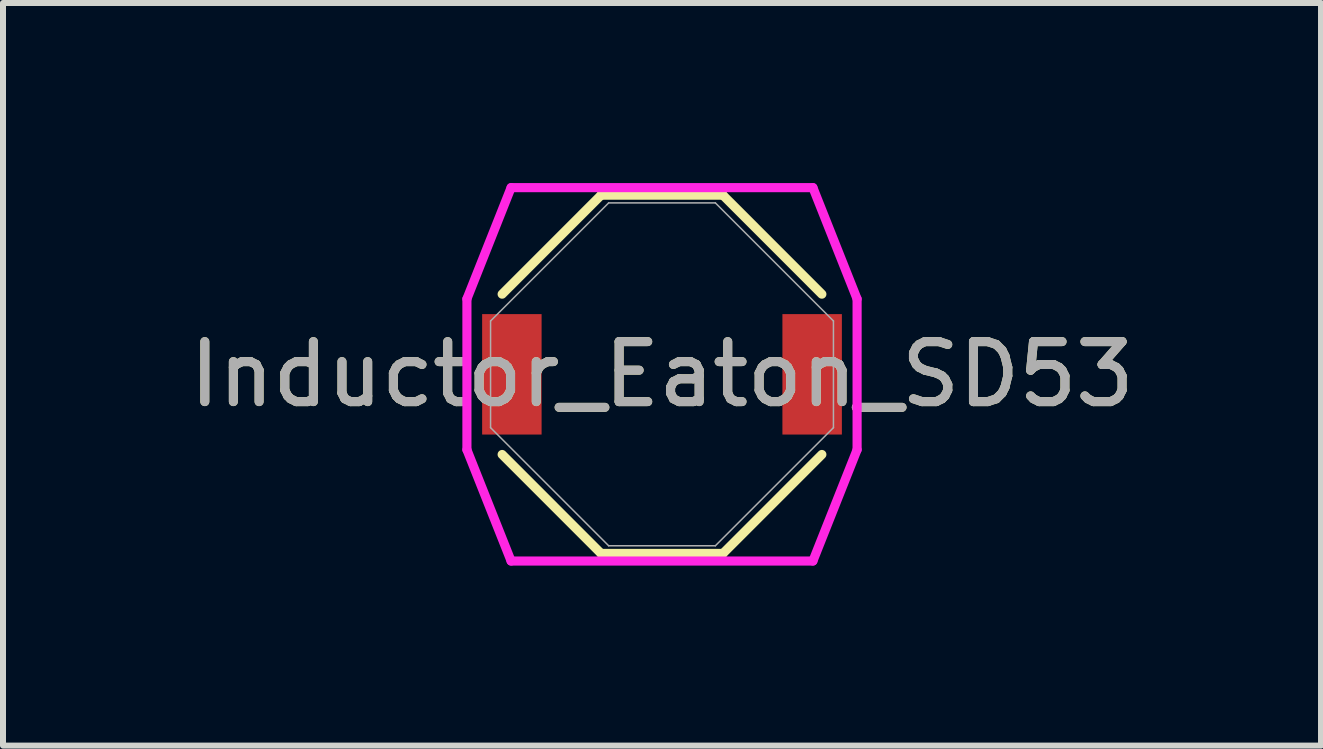
<source format=kicad_pcb>
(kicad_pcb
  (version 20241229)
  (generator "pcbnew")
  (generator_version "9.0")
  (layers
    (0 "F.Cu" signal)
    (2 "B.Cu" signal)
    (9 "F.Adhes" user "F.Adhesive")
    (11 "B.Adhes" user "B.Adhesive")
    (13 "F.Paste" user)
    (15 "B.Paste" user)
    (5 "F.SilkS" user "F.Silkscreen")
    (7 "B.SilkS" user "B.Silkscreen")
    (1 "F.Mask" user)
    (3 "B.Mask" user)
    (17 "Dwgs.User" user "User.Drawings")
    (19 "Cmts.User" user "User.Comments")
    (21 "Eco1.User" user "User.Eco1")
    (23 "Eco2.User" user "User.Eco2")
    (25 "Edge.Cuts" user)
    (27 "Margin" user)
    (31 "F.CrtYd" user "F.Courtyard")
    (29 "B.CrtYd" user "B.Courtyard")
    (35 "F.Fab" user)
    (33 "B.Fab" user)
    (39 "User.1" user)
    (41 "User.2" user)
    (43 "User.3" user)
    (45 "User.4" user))
  (footprint "Inductor_Eaton_SD53"
    (layer "F.Cu")
    (at 7.982 3.188)
    (property "Reference" "Inductor_Eaton_SD53" (at 0 0 0) (unlocked yes) (layer "F.SilkS") (effects (font (size 1 1) (thickness 0.15))))
    (attr smd)
    (fp_line (start -2.664 -1.336) (end -1.016 -2.985) (stroke (width 0.152) (type solid)) (layer "F.SilkS"))
    (fp_line (start -1.016 -2.985) (end 1.016 -2.985) (stroke (width 0.152) (type solid)) (layer "F.SilkS"))
    (fp_line (start -1.016 2.985) (end -2.664 1.336) (stroke (width 0.152) (type solid)) (layer "F.SilkS"))
    (fp_line (start 1.016 -2.985) (end 2.664 -1.336) (stroke (width 0.152) (type solid)) (layer "F.SilkS"))
    (fp_line (start 1.016 2.985) (end -1.016 2.985) (stroke (width 0.152) (type solid)) (layer "F.SilkS"))
    (fp_line (start 2.664 1.336) (end 1.016 2.985) (stroke (width 0.152) (type solid)) (layer "F.SilkS"))
    (fp_line (start -3.251 -1.257) (end -2.515 -3.111) (stroke (width 0.152) (type solid)) (layer "F.CrtYd"))
    (fp_line (start -3.251 1.257) (end -3.251 -1.257) (stroke (width 0.152) (type solid)) (layer "F.CrtYd"))
    (fp_line (start -2.515 -3.111) (end 2.515 -3.111) (stroke (width 0.152) (type solid)) (layer "F.CrtYd"))
    (fp_line (start -2.515 3.111) (end -3.251 1.257) (stroke (width 0.152) (type solid)) (layer "F.CrtYd"))
    (fp_line (start 2.515 -3.111) (end 3.251 -1.257) (stroke (width 0.152) (type solid)) (layer "F.CrtYd"))
    (fp_line (start 2.515 3.111) (end -2.515 3.111) (stroke (width 0.152) (type solid)) (layer "F.CrtYd"))
    (fp_line (start 3.251 -1.257) (end 3.251 1.257) (stroke (width 0.152) (type solid)) (layer "F.CrtYd"))
    (fp_line (start 3.251 1.257) (end 2.515 3.111) (stroke (width 0.152) (type solid)) (layer "F.CrtYd"))
    (fp_line (start -2.857 -0.889) (end -0.889 -2.857) (stroke (width 0.025) (type solid)) (layer "F.Fab"))
    (fp_line (start -2.857 0.889) (end -2.857 -0.889) (stroke (width 0.025) (type solid)) (layer "F.Fab"))
    (fp_line (start -0.889 -2.857) (end 0.889 -2.857) (stroke (width 0.025) (type solid)) (layer "F.Fab"))
    (fp_line (start -0.889 2.857) (end -2.857 0.889) (stroke (width 0.025) (type solid)) (layer "F.Fab"))
    (fp_line (start 0.889 -2.857) (end 2.857 -0.889) (stroke (width 0.025) (type solid)) (layer "F.Fab"))
    (fp_line (start 0.889 2.857) (end -0.889 2.857) (stroke (width 0.025) (type solid)) (layer "F.Fab"))
    (fp_line (start 2.857 -0.889) (end 2.857 0.889) (stroke (width 0.025) (type solid)) (layer "F.Fab"))
    (fp_line (start 2.857 0.889) (end 0.889 2.857) (stroke (width 0.025) (type solid)) (layer "F.Fab"))
    (fp_text user "${REFERENCE}" (at 0 0 0) (unlocked yes) (layer "F.Fab") (effects (font (size 1 1) (thickness 0.15))))
    (pad "1" smd rect (at -2.502 0) (size 0.991 2.007) (layers "F.Cu" "F.Mask" "F.Paste"))
    (pad "2" smd rect (at 2.502 0) (size 0.991 2.007) (layers "F.Cu" "F.Mask" "F.Paste"))
    (zone (net_name "") (layer "F.Cu") (hatch full 0.508) (connect_pads) (min_thickness 0.254) (filled_areas_thickness no) (keepout (tracks not_allowed) (vias not_allowed) (pads allowed) (copperpour not_allowed) (footprints allowed)) (placement (enabled no)) (fill) (polygon (pts (xy 6.026 0.381) (xy 9.938 0.381) (xy 9.938 5.994) (xy 6.026 5.994)))))
  (gr_rect
    (start -3 -3)
    (end 18.964 9.375)
    (stroke (width 0.1) (type default))
    (fill no)
    (layer "Edge.Cuts")))
</source>
